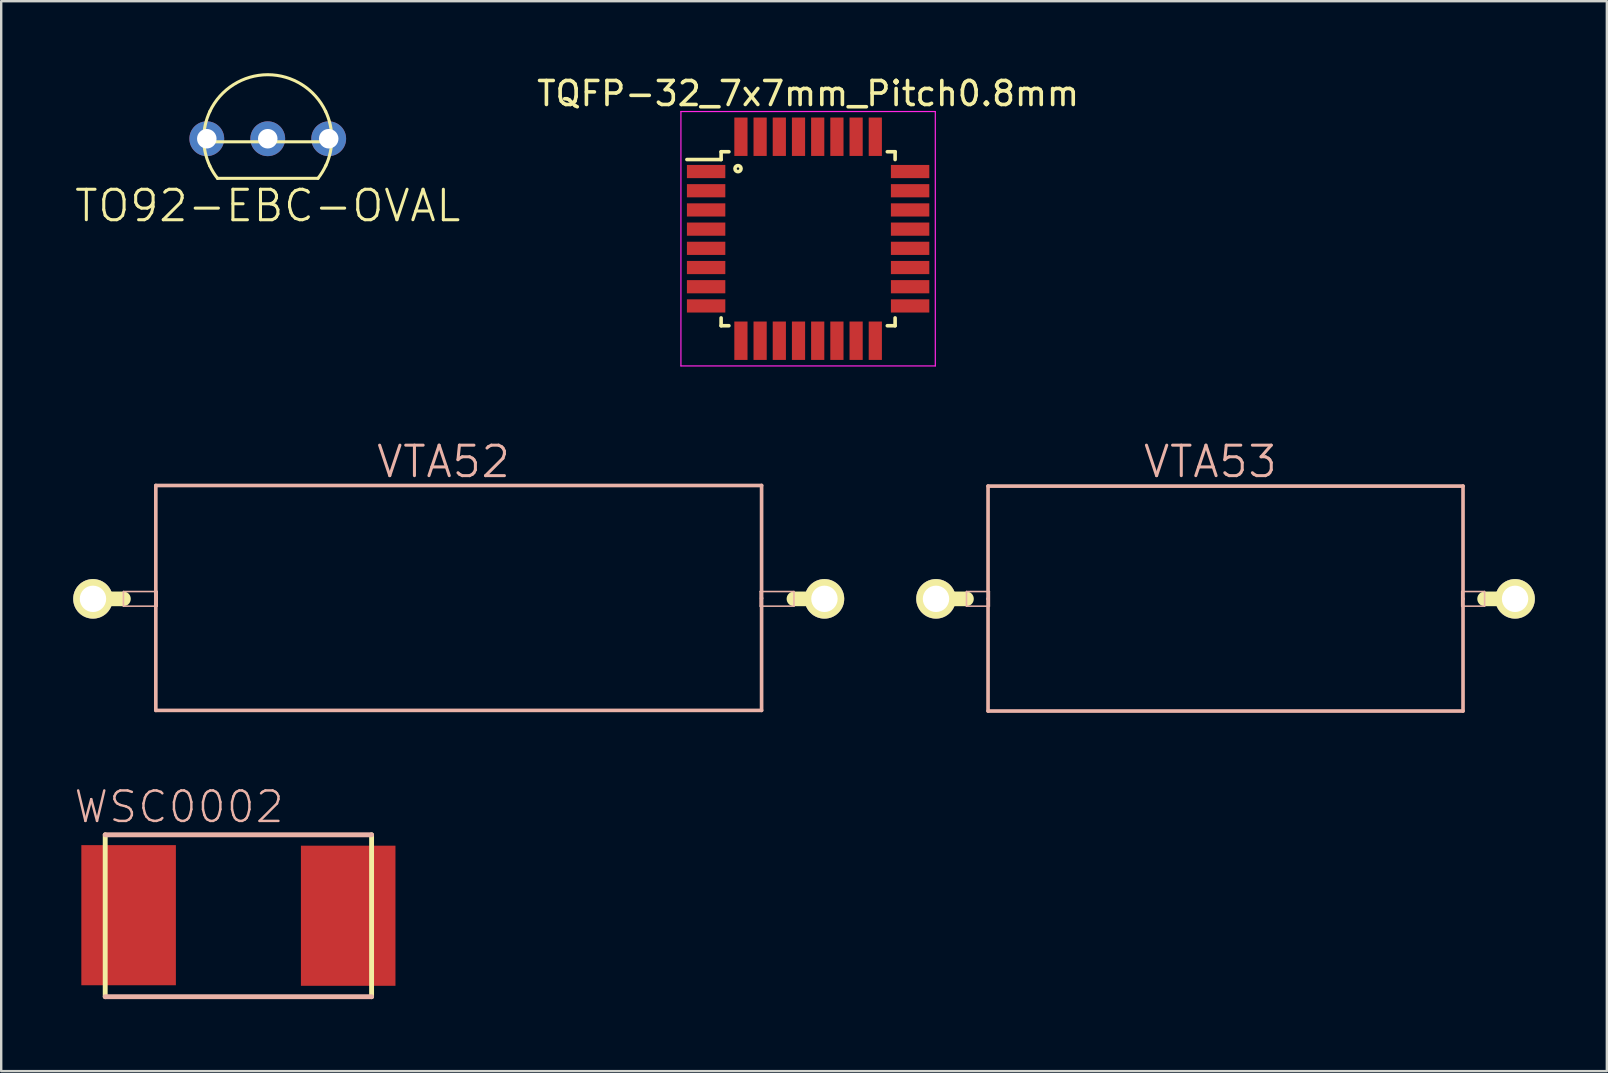
<source format=kicad_pcb>
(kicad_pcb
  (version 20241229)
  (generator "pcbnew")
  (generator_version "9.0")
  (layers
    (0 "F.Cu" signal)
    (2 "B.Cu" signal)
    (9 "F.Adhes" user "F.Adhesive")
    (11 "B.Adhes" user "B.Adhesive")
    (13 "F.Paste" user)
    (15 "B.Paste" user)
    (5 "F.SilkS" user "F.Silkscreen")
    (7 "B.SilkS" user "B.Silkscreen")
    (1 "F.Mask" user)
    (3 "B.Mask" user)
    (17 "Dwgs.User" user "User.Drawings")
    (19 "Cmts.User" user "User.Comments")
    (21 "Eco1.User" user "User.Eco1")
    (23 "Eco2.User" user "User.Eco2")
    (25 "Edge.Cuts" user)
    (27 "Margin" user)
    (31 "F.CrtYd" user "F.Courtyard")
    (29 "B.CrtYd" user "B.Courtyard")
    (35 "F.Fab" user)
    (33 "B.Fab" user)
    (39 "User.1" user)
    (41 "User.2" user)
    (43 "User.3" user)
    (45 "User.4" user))
  (footprint "WSC0002"
    (layer "F.Cu")
    (at 6.884 35.109)
    (property "Reference" "WSC0002" (at -2.474 -4.534 0) (layer "B.SilkS") (effects (font (size 1.27 1.27) (thickness 0.102))))
    (attr smd)
    (fp_line (start -5.55 -3.373) (end -5.55 3.373) (stroke (width 0.203) (type solid)) (layer "F.SilkS"))
    (fp_line (start 5.55 3.373) (end 5.55 -3.373) (stroke (width 0.203) (type solid)) (layer "F.SilkS"))
    (fp_line (start -5.55 3.373) (end 5.55 3.373) (stroke (width 0.203) (type solid)) (layer "B.SilkS"))
    (fp_line (start 5.55 -3.373) (end -5.55 -3.373) (stroke (width 0.203) (type solid)) (layer "B.SilkS"))
    (pad "1" smd rect (at -4.575 -0.023) (size 3.94 5.839) (layers "F.Cu" "F.Mask" "F.Paste"))
    (pad "2" smd rect (at 4.575 0) (size 3.94 5.839) (layers "F.Cu" "F.Mask" "F.Paste")))
  (footprint "VTA53"
    (layer "F.Cu")
    (at 48.018 21.904)
    (property "Reference" "VTA53" (at -0.635 -5.715 0) (layer "B.SilkS") (effects (font (size 1.27 1.27) (thickness 0.127))))
    (attr exclude_from_pos_files exclude_from_bom)
    (fp_line (start -12.065 0) (end -10.795 0) (stroke (width 0.61) (type solid)) (layer "F.SilkS"))
    (fp_line (start 10.795 0) (end 12.065 0) (stroke (width 0.61) (type solid)) (layer "F.SilkS"))
    (fp_line (start -10.795 -0.305) (end -9.842 -0.305) (stroke (width 0.066) (type solid)) (layer "B.SilkS"))
    (fp_line (start -10.795 0.305) (end -10.795 -0.305) (stroke (width 0.066) (type solid)) (layer "B.SilkS"))
    (fp_line (start -10.795 0.305) (end -9.842 0.305) (stroke (width 0.066) (type solid)) (layer "B.SilkS"))
    (fp_line (start -9.896 -4.699) (end -9.896 0) (stroke (width 0.152) (type solid)) (layer "B.SilkS"))
    (fp_line (start -9.896 0) (end -9.896 4.674) (stroke (width 0.152) (type solid)) (layer "B.SilkS"))
    (fp_line (start -9.896 4.674) (end 9.896 4.674) (stroke (width 0.152) (type solid)) (layer "B.SilkS"))
    (fp_line (start -9.842 0.305) (end -9.842 -0.305) (stroke (width 0.066) (type solid)) (layer "B.SilkS"))
    (fp_line (start 9.842 -0.305) (end 10.795 -0.305) (stroke (width 0.066) (type solid)) (layer "B.SilkS"))
    (fp_line (start 9.842 0.305) (end 9.842 -0.305) (stroke (width 0.066) (type solid)) (layer "B.SilkS"))
    (fp_line (start 9.842 0.305) (end 10.795 0.305) (stroke (width 0.066) (type solid)) (layer "B.SilkS"))
    (fp_line (start 9.896 -4.699) (end -9.896 -4.699) (stroke (width 0.152) (type solid)) (layer "B.SilkS"))
    (fp_line (start 9.896 0) (end 9.896 -4.699) (stroke (width 0.152) (type solid)) (layer "B.SilkS"))
    (fp_line (start 9.896 4.674) (end 9.896 0) (stroke (width 0.152) (type solid)) (layer "B.SilkS"))
    (fp_line (start 10.795 0.305) (end 10.795 -0.305) (stroke (width 0.066) (type solid)) (layer "B.SilkS"))
    (pad "1" thru_hole circle (at -12.065 0) (size 1.648 1.648) (drill 1.1) (layers "*.Cu" "F.Mask" "F.SilkS" "F.Paste"))
    (pad "2" thru_hole circle (at 12.065 0) (size 1.648 1.648) (drill 1.1) (layers "*.Cu" "F.Mask" "F.SilkS" "F.Paste")))
  (footprint "VTA52"
    (layer "F.Cu")
    (at 16.064 21.904)
    (property "Reference" "VTA52" (at -0.635 -5.715 0) (layer "B.SilkS") (effects (font (size 1.27 1.27) (thickness 0.127))))
    (attr exclude_from_pos_files exclude_from_bom)
    (fp_line (start -15.24 0) (end -13.97 0) (stroke (width 0.61) (type solid)) (layer "F.SilkS"))
    (fp_line (start 13.97 0) (end 15.24 0) (stroke (width 0.61) (type solid)) (layer "F.SilkS"))
    (fp_line (start -13.97 -0.305) (end -12.565 -0.305) (stroke (width 0.066) (type solid)) (layer "B.SilkS"))
    (fp_line (start -13.97 0.305) (end -13.97 -0.305) (stroke (width 0.066) (type solid)) (layer "B.SilkS"))
    (fp_line (start -13.97 0.305) (end -12.565 0.305) (stroke (width 0.066) (type solid)) (layer "B.SilkS"))
    (fp_line (start -12.621 -4.724) (end -12.621 -0.023) (stroke (width 0.152) (type solid)) (layer "B.SilkS"))
    (fp_line (start -12.621 -0.023) (end -12.621 4.648) (stroke (width 0.152) (type solid)) (layer "B.SilkS"))
    (fp_line (start -12.621 4.648) (end 12.621 4.648) (stroke (width 0.152) (type solid)) (layer "B.SilkS"))
    (fp_line (start -12.565 0.305) (end -12.565 -0.305) (stroke (width 0.066) (type solid)) (layer "B.SilkS"))
    (fp_line (start 12.565 -0.305) (end 13.97 -0.305) (stroke (width 0.066) (type solid)) (layer "B.SilkS"))
    (fp_line (start 12.565 0.305) (end 12.565 -0.305) (stroke (width 0.066) (type solid)) (layer "B.SilkS"))
    (fp_line (start 12.565 0.305) (end 13.97 0.305) (stroke (width 0.066) (type solid)) (layer "B.SilkS"))
    (fp_line (start 12.621 -4.724) (end -12.621 -4.724) (stroke (width 0.152) (type solid)) (layer "B.SilkS"))
    (fp_line (start 12.621 -0.023) (end 12.621 -4.724) (stroke (width 0.152) (type solid)) (layer "B.SilkS"))
    (fp_line (start 12.621 4.648) (end 12.621 -0.023) (stroke (width 0.152) (type solid)) (layer "B.SilkS"))
    (fp_line (start 13.97 0.305) (end 13.97 -0.305) (stroke (width 0.066) (type solid)) (layer "B.SilkS"))
    (pad "1" thru_hole circle (at -15.24 0) (size 1.648 1.648) (drill 1.1) (layers "*.Cu" "F.Mask" "F.SilkS" "F.Paste"))
    (pad "2" thru_hole circle (at 15.24 0) (size 1.648 1.648) (drill 1.1) (layers "*.Cu" "F.Mask" "F.SilkS" "F.Paste")))
  (footprint "TO92-EBC-OVAL"
    (layer "F.Cu")
    (at 8.107 1.461)
    (property "Reference" "TO92-EBC-OVAL" (at 0 4.064 0) (layer "F.SilkS") (effects (font (size 1.27 1.27) (thickness 0.127))))
    (attr exclude_from_pos_files exclude_from_bom)
    (fp_line (start -2.093 2.921) (end 2.093 2.921) (stroke (width 0.127) (type solid)) (layer "F.SilkS"))
    (fp_line (start 2.66 1.397) (end -2.662 1.397) (stroke (width 0.127) (type solid)) (layer "F.SilkS"))
    (fp_arc (start -2.413 0.13208) (mid -0.000113 -1.397851) (end 2.412904 0.131876) (stroke (width 0.127) (type solid)) (layer "F.SilkS"))
    (fp_arc (start -2.413 2.40538) (mid -2.666769 1.269917) (end -2.412929 0.13447) (stroke (width 0.127) (type solid)) (layer "F.SilkS"))
    (fp_arc (start -2.09296 2.921) (mid -2.266692 2.673441) (end -2.411283 2.407806) (stroke (width 0.127) (type solid)) (layer "F.SilkS"))
    (fp_arc (start 2.413 0.13208) (mid 2.66785 1.267785) (end 2.414887 2.403911) (stroke (width 0.127) (type solid)) (layer "F.SilkS"))
    (fp_arc (start 2.42316 2.37998) (mid 2.274388 2.659066) (end 2.093617 2.918573) (stroke (width 0.127) (type solid)) (layer "F.SilkS"))
    (pad "B" thru_hole circle (at 0 1.27 180) (size 1.45 1.45) (drill 0.813) (layers "*.Cu" "*.Mask"))
    (pad "C" thru_hole circle (at 2.54 1.27 180) (size 1.45 1.45) (drill 0.813) (layers "*.Cu" "*.Mask"))
    (pad "E" thru_hole circle (at -2.54 1.27 180) (size 1.45 1.45) (drill 0.813) (layers "*.Cu" "*.Mask")))
  (footprint "TQFP-32_7x7mm_Pitch0.8mm"
    (layer "F.Cu")
    (at 30.624 6.898)
    (property "Reference" "TQFP-32_7x7mm_Pitch0.8mm" (at 0 -6.05 0) (layer "F.SilkS") (effects (font (size 1 1) (thickness 0.15))))
    (attr smd)
    (fp_line (start -3.625 -3.625) (end -3.625 -3.3) (stroke (width 0.15) (type solid)) (layer "F.SilkS"))
    (fp_line (start -3.625 -3.625) (end -3.3 -3.625) (stroke (width 0.15) (type solid)) (layer "F.SilkS"))
    (fp_line (start -3.625 -3.3) (end -5.05 -3.3) (stroke (width 0.15) (type solid)) (layer "F.SilkS"))
    (fp_line (start -3.625 3.625) (end -3.625 3.3) (stroke (width 0.15) (type solid)) (layer "F.SilkS"))
    (fp_line (start -3.625 3.625) (end -3.3 3.625) (stroke (width 0.15) (type solid)) (layer "F.SilkS"))
    (fp_line (start 3.625 -3.625) (end 3.3 -3.625) (stroke (width 0.15) (type solid)) (layer "F.SilkS"))
    (fp_line (start 3.625 -3.625) (end 3.625 -3.3) (stroke (width 0.15) (type solid)) (layer "F.SilkS"))
    (fp_line (start 3.625 3.625) (end 3.3 3.625) (stroke (width 0.15) (type solid)) (layer "F.SilkS"))
    (fp_line (start 3.625 3.625) (end 3.625 3.3) (stroke (width 0.15) (type solid)) (layer "F.SilkS"))
    (fp_circle (center -2.921 -2.921) (end -2.921 -2.794) (stroke (width 0.15) (type solid)) (fill no) (layer "F.SilkS"))
    (fp_line (start -5.3 -5.3) (end -5.3 5.3) (stroke (width 0.05) (type solid)) (layer "F.CrtYd"))
    (fp_line (start -5.3 -5.3) (end 5.3 -5.3) (stroke (width 0.05) (type solid)) (layer "F.CrtYd"))
    (fp_line (start -5.3 5.3) (end 5.3 5.3) (stroke (width 0.05) (type solid)) (layer "F.CrtYd"))
    (fp_line (start 5.3 -5.3) (end 5.3 5.3) (stroke (width 0.05) (type solid)) (layer "F.CrtYd"))
    (pad "1" smd rect (at -4.25 -2.8) (size 1.6 0.55) (layers "F.Cu" "F.Mask" "F.Paste"))
    (pad "2" smd rect (at -4.25 -2) (size 1.6 0.55) (layers "F.Cu" "F.Mask" "F.Paste"))
    (pad "3" smd rect (at -4.25 -1.2) (size 1.6 0.55) (layers "F.Cu" "F.Mask" "F.Paste"))
    (pad "4" smd rect (at -4.25 -0.4) (size 1.6 0.55) (layers "F.Cu" "F.Mask" "F.Paste"))
    (pad "5" smd rect (at -4.25 0.4) (size 1.6 0.55) (layers "F.Cu" "F.Mask" "F.Paste"))
    (pad "6" smd rect (at -4.25 1.2) (size 1.6 0.55) (layers "F.Cu" "F.Mask" "F.Paste"))
    (pad "7" smd rect (at -4.25 2) (size 1.6 0.55) (layers "F.Cu" "F.Mask" "F.Paste"))
    (pad "8" smd rect (at -4.25 2.8) (size 1.6 0.55) (layers "F.Cu" "F.Mask" "F.Paste"))
    (pad "9" smd rect (at -2.8 4.25 90) (size 1.6 0.55) (layers "F.Cu" "F.Mask" "F.Paste"))
    (pad "10" smd rect (at -2 4.25 90) (size 1.6 0.55) (layers "F.Cu" "F.Mask" "F.Paste"))
    (pad "11" smd rect (at -1.2 4.25 90) (size 1.6 0.55) (layers "F.Cu" "F.Mask" "F.Paste"))
    (pad "12" smd rect (at -0.4 4.25 90) (size 1.6 0.55) (layers "F.Cu" "F.Mask" "F.Paste"))
    (pad "13" smd rect (at 0.4 4.25 90) (size 1.6 0.55) (layers "F.Cu" "F.Mask" "F.Paste"))
    (pad "14" smd rect (at 1.2 4.25 90) (size 1.6 0.55) (layers "F.Cu" "F.Mask" "F.Paste"))
    (pad "15" smd rect (at 2 4.25 90) (size 1.6 0.55) (layers "F.Cu" "F.Mask" "F.Paste"))
    (pad "16" smd rect (at 2.8 4.25 90) (size 1.6 0.55) (layers "F.Cu" "F.Mask" "F.Paste"))
    (pad "17" smd rect (at 4.25 2.8) (size 1.6 0.55) (layers "F.Cu" "F.Mask" "F.Paste"))
    (pad "18" smd rect (at 4.25 2) (size 1.6 0.55) (layers "F.Cu" "F.Mask" "F.Paste"))
    (pad "19" smd rect (at 4.25 1.2) (size 1.6 0.55) (layers "F.Cu" "F.Mask" "F.Paste"))
    (pad "20" smd rect (at 4.25 0.4) (size 1.6 0.55) (layers "F.Cu" "F.Mask" "F.Paste"))
    (pad "21" smd rect (at 4.25 -0.4) (size 1.6 0.55) (layers "F.Cu" "F.Mask" "F.Paste"))
    (pad "22" smd rect (at 4.25 -1.2) (size 1.6 0.55) (layers "F.Cu" "F.Mask" "F.Paste"))
    (pad "23" smd rect (at 4.25 -2) (size 1.6 0.55) (layers "F.Cu" "F.Mask" "F.Paste"))
    (pad "24" smd rect (at 4.25 -2.8) (size 1.6 0.55) (layers "F.Cu" "F.Mask" "F.Paste"))
    (pad "25" smd rect (at 2.8 -4.25 90) (size 1.6 0.55) (layers "F.Cu" "F.Mask" "F.Paste"))
    (pad "26" smd rect (at 2 -4.25 90) (size 1.6 0.55) (layers "F.Cu" "F.Mask" "F.Paste"))
    (pad "27" smd rect (at 1.2 -4.25 90) (size 1.6 0.55) (layers "F.Cu" "F.Mask" "F.Paste"))
    (pad "28" smd rect (at 0.4 -4.25 90) (size 1.6 0.55) (layers "F.Cu" "F.Mask" "F.Paste"))
    (pad "29" smd rect (at -0.4 -4.25 90) (size 1.6 0.55) (layers "F.Cu" "F.Mask" "F.Paste"))
    (pad "30" smd rect (at -1.2 -4.25 90) (size 1.6 0.55) (layers "F.Cu" "F.Mask" "F.Paste"))
    (pad "31" smd rect (at -2 -4.25 90) (size 1.6 0.55) (layers "F.Cu" "F.Mask" "F.Paste"))
    (pad "32" smd rect (at -2.8 -4.25 90) (size 1.6 0.55) (layers "F.Cu" "F.Mask" "F.Paste")))
  (gr_rect
    (start -3 -3)
    (end 63.907 41.584)
    (stroke (width 0.1) (type default))
    (fill no)
    (layer "Edge.Cuts")))
</source>
